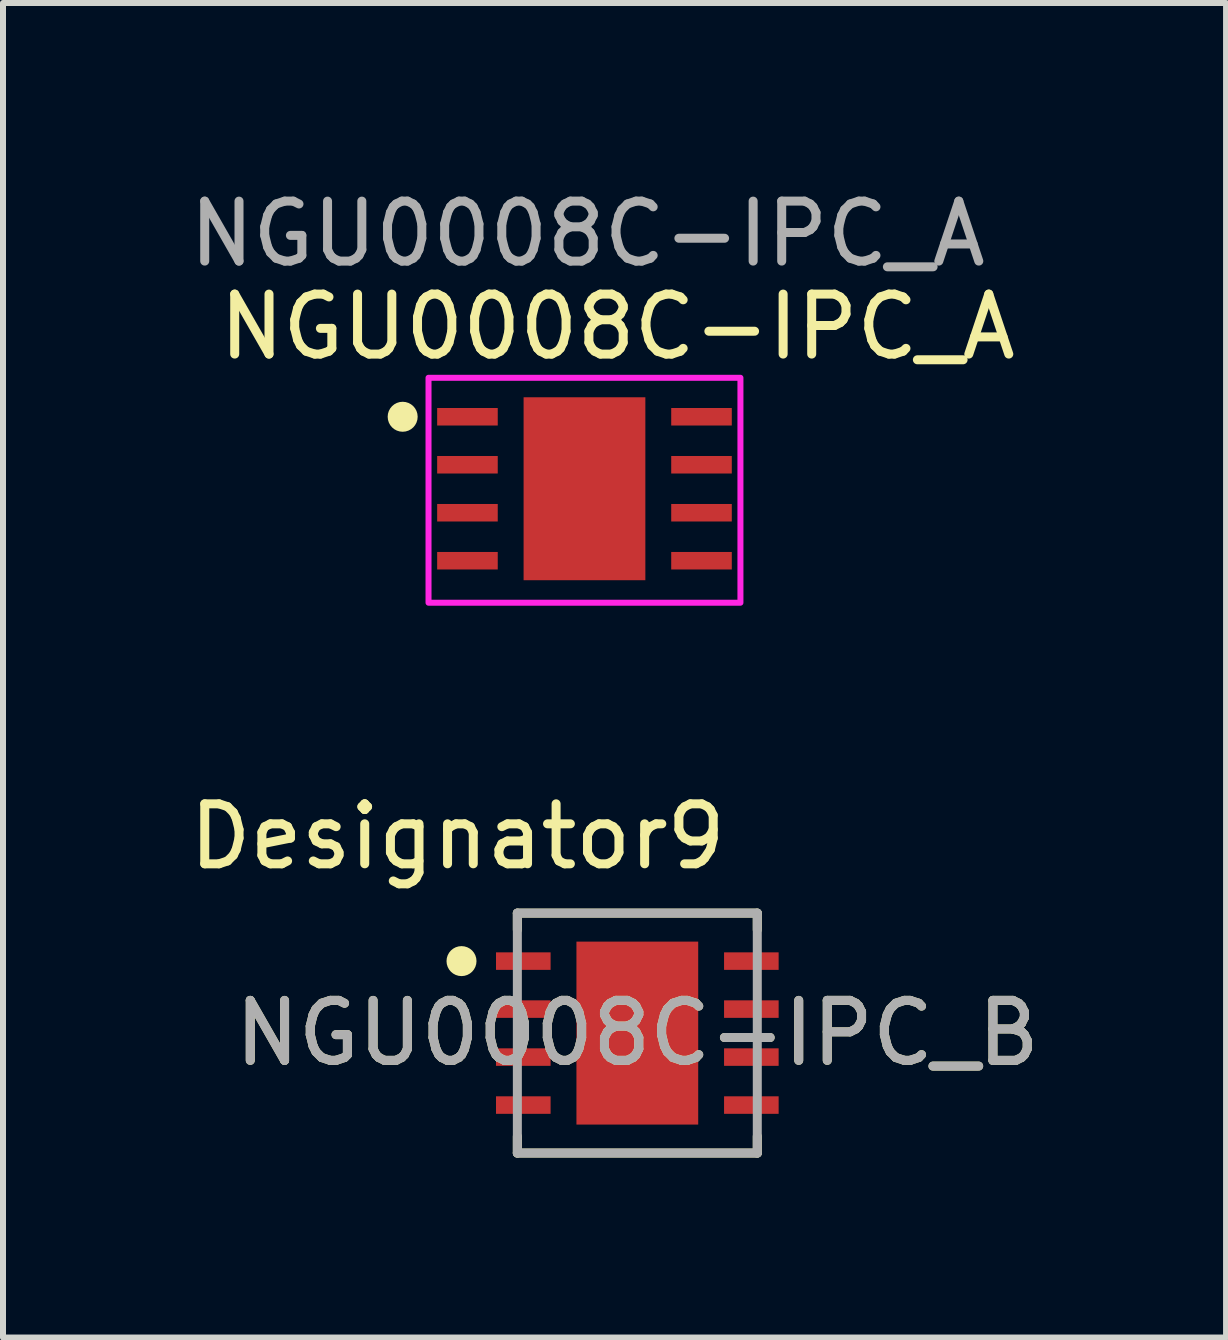
<source format=kicad_pcb>
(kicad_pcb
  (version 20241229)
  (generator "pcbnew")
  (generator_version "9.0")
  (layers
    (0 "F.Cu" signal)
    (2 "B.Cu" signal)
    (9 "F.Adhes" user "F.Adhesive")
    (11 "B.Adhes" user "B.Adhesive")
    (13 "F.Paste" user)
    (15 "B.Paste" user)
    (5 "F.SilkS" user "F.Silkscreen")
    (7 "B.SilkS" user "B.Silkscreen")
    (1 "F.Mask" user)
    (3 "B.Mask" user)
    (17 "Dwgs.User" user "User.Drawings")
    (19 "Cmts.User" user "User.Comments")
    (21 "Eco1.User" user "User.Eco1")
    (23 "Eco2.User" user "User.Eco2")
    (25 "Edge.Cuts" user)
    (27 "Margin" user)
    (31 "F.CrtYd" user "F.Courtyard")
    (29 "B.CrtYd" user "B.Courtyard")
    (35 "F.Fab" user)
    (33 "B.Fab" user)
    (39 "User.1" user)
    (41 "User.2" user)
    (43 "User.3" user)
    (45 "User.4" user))
  (footprint "NGU0008C-IPC_A"
    (layer "F.Cu")
    (at 6.694 5.098)
    (property "Reference" "NGU0008C-IPC_A" (at 0.55 -2.7 0) (unlocked yes) (layer "F.SilkS") (effects (font (size 1 1) (thickness 0.15))))
    (attr smd)
    (fp_circle (center -3.031 -1.2) (end -2.906 -1.2) (stroke (width 0.25) (type solid)) (fill no) (layer "F.SilkS"))
    (fp_poly (pts (xy -0.572 1.082) (xy 0.572 1.082) (xy 0.572 -1.082) (xy -0.572 -1.082)) (stroke (width 0) (type solid)) (fill yes) (layer "F.Paste"))
    (fp_rect (start -2.6 -1.85) (end 2.6 1.9) (stroke (width 0.1) (type default)) (fill no) (layer "F.CrtYd"))
    (fp_text user "${REFERENCE}" (at 0.05 -4.25 0) (unlocked yes) (layer "F.Fab") (effects (font (size 1 1) (thickness 0.15))))
    (pad "1" smd rect (at -1.951 -1.2) (size 1.01 0.292) (layers "F.Cu" "F.Mask" "F.Paste"))
    (pad "2" smd rect (at -1.951 -0.4) (size 1.01 0.292) (layers "F.Cu" "F.Mask" "F.Paste"))
    (pad "3" smd rect (at -1.951 0.4) (size 1.01 0.292) (layers "F.Cu" "F.Mask" "F.Paste"))
    (pad "4" smd rect (at -1.951 1.2) (size 1.01 0.292) (layers "F.Cu" "F.Mask" "F.Paste"))
    (pad "5" smd rect (at 1.951 1.2) (size 1.01 0.292) (layers "F.Cu" "F.Mask" "F.Paste"))
    (pad "6" smd rect (at 1.951 0.4) (size 1.01 0.292) (layers "F.Cu" "F.Mask" "F.Paste"))
    (pad "7" smd rect (at 1.951 -0.4) (size 1.01 0.292) (layers "F.Cu" "F.Mask" "F.Paste"))
    (pad "8" smd rect (at 1.951 -1.2) (size 1.01 0.292) (layers "F.Cu" "F.Mask" "F.Paste"))
    (pad "9" smd rect (at 0 0) (size 2.03 3.05) (layers "F.Cu" "F.Mask")))
  (footprint "NGU0008C-IPC_B"
    (layer "F.Cu")
    (at 7.575 14.173)
    (property "Reference" "NGU0008C-IPC_B" (at 0 0 0) (unlocked yes) (layer "F.SilkS") (effects (font (size 1 1) (thickness 0.15))))
    (attr smd)
    (fp_line (start -2 -2) (end 2 -2) (stroke (width 0.15) (type solid)) (layer "F.SilkS"))
    (fp_line (start -2 -1.721) (end -2 -2) (stroke (width 0.15) (type solid)) (layer "F.SilkS"))
    (fp_line (start -2 2) (end -2 1.721) (stroke (width 0.15) (type solid)) (layer "F.SilkS"))
    (fp_line (start -2 2) (end 2 2) (stroke (width 0.15) (type solid)) (layer "F.SilkS"))
    (fp_line (start 2 -1.721) (end 2 -2) (stroke (width 0.15) (type solid)) (layer "F.SilkS"))
    (fp_line (start 2 2) (end 2 1.721) (stroke (width 0.15) (type solid)) (layer "F.SilkS"))
    (fp_circle (center -2.931 -1.2) (end -2.806 -1.2) (stroke (width 0.25) (type solid)) (fill no) (layer "F.SilkS"))
    (fp_poly (pts (xy -0.572 1.082) (xy 0.572 1.082) (xy 0.572 -1.082) (xy -0.572 -1.082)) (stroke (width 0) (type solid)) (fill yes) (layer "F.Paste"))
    (fp_line (start -2 -2) (end 2 -2) (stroke (width 0.15) (type solid)) (layer "F.Fab"))
    (fp_line (start -2 2) (end -2 -2) (stroke (width 0.15) (type solid)) (layer "F.Fab"))
    (fp_line (start -2 2) (end 2 2) (stroke (width 0.15) (type solid)) (layer "F.Fab"))
    (fp_line (start 2 2) (end 2 -2) (stroke (width 0.15) (type solid)) (layer "F.Fab"))
    (fp_text user "Designator9" (at -2.997 -3.277 0) (unlocked yes) (layer "F.SilkS") (effects (font (size 1 1) (thickness 0.15))))
    (fp_text user "${REFERENCE}" (at 0 0 0) (unlocked yes) (layer "F.Fab") (effects (font (size 1 1) (thickness 0.15))))
    (pad "1" smd rect (at -1.901 -1.2) (size 0.91 0.292) (layers "F.Cu" "F.Mask" "F.Paste"))
    (pad "2" smd rect (at -1.901 -0.4) (size 0.91 0.292) (layers "F.Cu" "F.Mask" "F.Paste"))
    (pad "3" smd rect (at -1.901 0.4) (size 0.91 0.292) (layers "F.Cu" "F.Mask" "F.Paste"))
    (pad "4" smd rect (at -1.901 1.2) (size 0.91 0.292) (layers "F.Cu" "F.Mask" "F.Paste"))
    (pad "5" smd rect (at 1.901 1.2) (size 0.91 0.292) (layers "F.Cu" "F.Mask" "F.Paste"))
    (pad "6" smd rect (at 1.901 0.4) (size 0.91 0.292) (layers "F.Cu" "F.Mask" "F.Paste"))
    (pad "7" smd rect (at 1.901 -0.4) (size 0.91 0.292) (layers "F.Cu" "F.Mask" "F.Paste"))
    (pad "8" smd rect (at 1.901 -1.2) (size 0.91 0.292) (layers "F.Cu" "F.Mask" "F.Paste"))
    (pad "9" smd rect (at 0 0) (size 2.03 3.05) (layers "F.Cu" "F.Mask")))
  (gr_rect
    (start -3 -3)
    (end 17.39 19.248)
    (stroke (width 0.1) (type default))
    (fill no)
    (layer "Edge.Cuts")))
</source>
